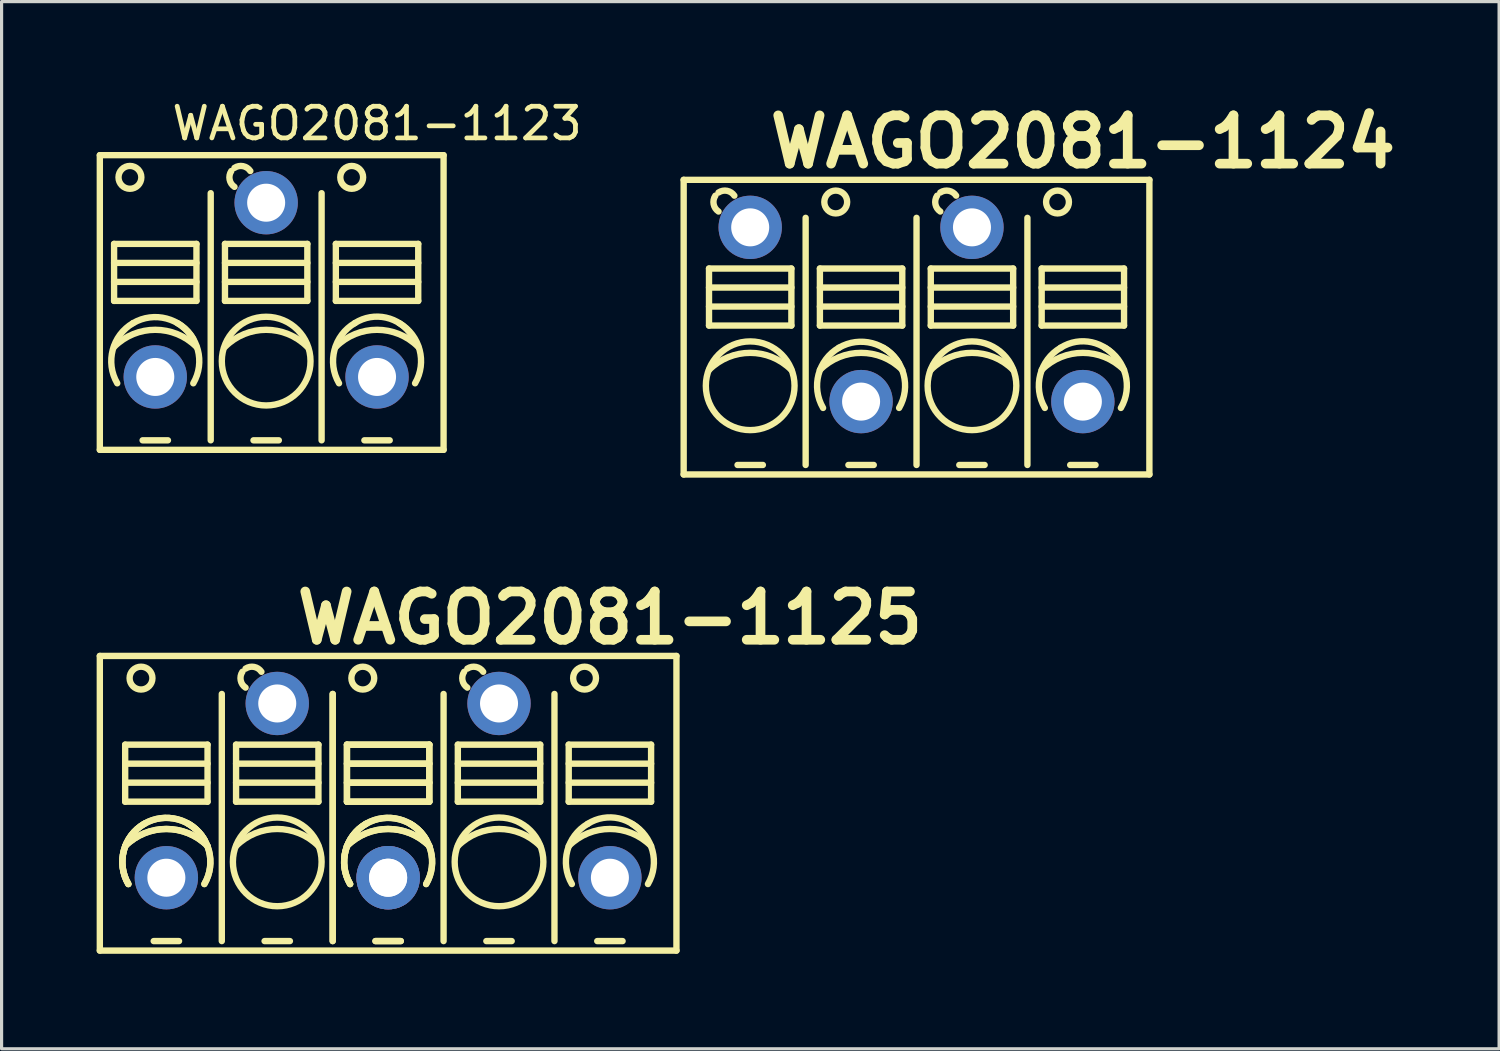
<source format=kicad_pcb>
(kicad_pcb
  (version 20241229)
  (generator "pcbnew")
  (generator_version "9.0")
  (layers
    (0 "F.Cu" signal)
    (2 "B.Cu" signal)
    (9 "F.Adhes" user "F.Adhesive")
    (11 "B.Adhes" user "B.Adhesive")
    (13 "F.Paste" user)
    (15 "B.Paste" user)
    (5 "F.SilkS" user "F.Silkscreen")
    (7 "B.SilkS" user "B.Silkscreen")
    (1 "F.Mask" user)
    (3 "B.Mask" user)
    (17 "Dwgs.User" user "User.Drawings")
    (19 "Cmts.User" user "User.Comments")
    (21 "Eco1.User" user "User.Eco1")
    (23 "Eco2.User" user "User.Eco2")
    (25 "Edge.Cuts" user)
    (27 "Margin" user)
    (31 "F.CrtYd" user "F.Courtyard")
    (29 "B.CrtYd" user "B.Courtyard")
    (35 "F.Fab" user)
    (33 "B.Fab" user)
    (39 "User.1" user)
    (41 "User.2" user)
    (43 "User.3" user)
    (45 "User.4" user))
  (footprint "WAGO2081-1124"
    (layer "F.Cu")
    (at 31.129 9.626)
    (property "Reference" "WAGO2081-1124" (at 0 -8.2 0) (layer "F.SilkS") (effects (font (size 1.524 1.524) (thickness 0.305))))
    (attr through_hole)
    (fp_line (start -12.6 -7) (end -12.6 2.3) (stroke (width 0.201) (type solid)) (layer "F.SilkS"))
    (fp_line (start -12.6 2.3) (end 2.1 2.3) (stroke (width 0.201) (type solid)) (layer "F.SilkS"))
    (fp_line (start -11.8 -4.2) (end -11.8 -2.4) (stroke (width 0.201) (type solid)) (layer "F.SilkS"))
    (fp_line (start -11.8 -3.6) (end -9.2 -3.6) (stroke (width 0.201) (type solid)) (layer "F.SilkS"))
    (fp_line (start -11.8 -3) (end -9.2 -3) (stroke (width 0.201) (type solid)) (layer "F.SilkS"))
    (fp_line (start -11.8 -2.4) (end -9.2 -2.4) (stroke (width 0.201) (type solid)) (layer "F.SilkS"))
    (fp_line (start -10.9 2) (end -10.1 2) (stroke (width 0.201) (type solid)) (layer "F.SilkS"))
    (fp_line (start -9.2 -4.2) (end -11.8 -4.2) (stroke (width 0.201) (type solid)) (layer "F.SilkS"))
    (fp_line (start -9.2 -2.4) (end -9.2 -4.2) (stroke (width 0.201) (type solid)) (layer "F.SilkS"))
    (fp_line (start -8.75 -5.8) (end -8.75 2) (stroke (width 0.201) (type solid)) (layer "F.SilkS"))
    (fp_line (start -8.3 -4.2) (end -8.3 -2.4) (stroke (width 0.201) (type solid)) (layer "F.SilkS"))
    (fp_line (start -8.3 -3.6) (end -5.7 -3.6) (stroke (width 0.201) (type solid)) (layer "F.SilkS"))
    (fp_line (start -8.3 -3) (end -5.7 -3) (stroke (width 0.201) (type solid)) (layer "F.SilkS"))
    (fp_line (start -8.3 -2.4) (end -5.7 -2.4) (stroke (width 0.201) (type solid)) (layer "F.SilkS"))
    (fp_line (start -7.4 2) (end -6.6 2) (stroke (width 0.201) (type solid)) (layer "F.SilkS"))
    (fp_line (start -5.7 -4.2) (end -8.3 -4.2) (stroke (width 0.201) (type solid)) (layer "F.SilkS"))
    (fp_line (start -5.7 -2.4) (end -5.7 -4.2) (stroke (width 0.201) (type solid)) (layer "F.SilkS"))
    (fp_line (start -5.25 -5.8) (end -5.25 2) (stroke (width 0.201) (type solid)) (layer "F.SilkS"))
    (fp_line (start -4.8 -4.2) (end -4.8 -2.4) (stroke (width 0.201) (type solid)) (layer "F.SilkS"))
    (fp_line (start -4.8 -3.6) (end -2.2 -3.6) (stroke (width 0.201) (type solid)) (layer "F.SilkS"))
    (fp_line (start -4.8 -3) (end -2.2 -3) (stroke (width 0.201) (type solid)) (layer "F.SilkS"))
    (fp_line (start -4.8 -2.4) (end -2.2 -2.4) (stroke (width 0.201) (type solid)) (layer "F.SilkS"))
    (fp_line (start -3.9 2) (end -3.1 2) (stroke (width 0.201) (type solid)) (layer "F.SilkS"))
    (fp_line (start -2.2 -4.2) (end -4.8 -4.2) (stroke (width 0.201) (type solid)) (layer "F.SilkS"))
    (fp_line (start -2.2 -2.4) (end -2.2 -4.2) (stroke (width 0.201) (type solid)) (layer "F.SilkS"))
    (fp_line (start -1.75 -5.8) (end -1.75 2) (stroke (width 0.201) (type solid)) (layer "F.SilkS"))
    (fp_line (start -1.3 -4.2) (end -1.3 -2.4) (stroke (width 0.201) (type solid)) (layer "F.SilkS"))
    (fp_line (start -1.3 -3.6) (end 1.3 -3.6) (stroke (width 0.201) (type solid)) (layer "F.SilkS"))
    (fp_line (start -1.3 -3) (end 1.3 -3) (stroke (width 0.201) (type solid)) (layer "F.SilkS"))
    (fp_line (start -1.3 -2.4) (end 1.3 -2.4) (stroke (width 0.201) (type solid)) (layer "F.SilkS"))
    (fp_line (start -0.4 2) (end 0.4 2) (stroke (width 0.201) (type solid)) (layer "F.SilkS"))
    (fp_line (start 1.3 -4.2) (end -1.3 -4.2) (stroke (width 0.201) (type solid)) (layer "F.SilkS"))
    (fp_line (start 1.3 -2.4) (end 1.3 -4.2) (stroke (width 0.201) (type solid)) (layer "F.SilkS"))
    (fp_line (start 2.1 -7) (end -12.6 -7) (stroke (width 0.201) (type solid)) (layer "F.SilkS"))
    (fp_line (start 2.1 -7) (end 2.1 2.3) (stroke (width 0.201) (type solid)) (layer "F.SilkS"))
    (fp_arc (start -11.8 -1) (mid -10.5 -1.538478) (end -9.2 -1) (stroke (width 0.2012) (type solid)) (layer "F.SilkS"))
    (fp_arc (start -11.5 -6.6) (mid -11.229289 -6.653553) (end -11 -6.5) (stroke (width 0.2012) (type solid)) (layer "F.SilkS"))
    (fp_arc (start -11.5 -6) (mid -11.653553 -6.229289) (end -11.6 -6.5) (stroke (width 0.2012) (type solid)) (layer "F.SilkS"))
    (fp_arc (start -8.3 -1) (mid -7 -1.538478) (end -5.7 -1) (stroke (width 0.2012) (type solid)) (layer "F.SilkS"))
    (fp_arc (start -8.2 0.2) (mid -8.343503 -0.853553) (end -7.7 -1.7) (stroke (width 0.2012) (type solid)) (layer "F.SilkS"))
    (fp_arc (start -7.7 -1.7) (mid -6.646447 -1.843503) (end -5.8 -1.2) (stroke (width 0.2012) (type solid)) (layer "F.SilkS"))
    (fp_arc (start -6.3 -1.7) (mid -5.656497 -0.853553) (end -5.8 0.2) (stroke (width 0.2012) (type solid)) (layer "F.SilkS"))
    (fp_arc (start -4.8 -1) (mid -3.5 -1.538478) (end -2.2 -1) (stroke (width 0.2012) (type solid)) (layer "F.SilkS"))
    (fp_arc (start -4.5 -6.6) (mid -4.229289 -6.653553) (end -4 -6.5) (stroke (width 0.2012) (type solid)) (layer "F.SilkS"))
    (fp_arc (start -4.5 -6) (mid -4.653553 -6.229289) (end -4.6 -6.5) (stroke (width 0.2012) (type solid)) (layer "F.SilkS"))
    (fp_arc (start -1.3 -1) (mid 0 -1.538478) (end 1.3 -1) (stroke (width 0.2012) (type solid)) (layer "F.SilkS"))
    (fp_arc (start -1.2 0.2) (mid -1.343503 -0.853553) (end -0.7 -1.7) (stroke (width 0.2012) (type solid)) (layer "F.SilkS"))
    (fp_arc (start -0.7 -1.7) (mid 0.282843 -1.872792) (end 1.1 -1.3) (stroke (width 0.2012) (type solid)) (layer "F.SilkS"))
    (fp_arc (start 0.7 -1.7) (mid 1.343503 -0.853553) (end 1.2 0.2) (stroke (width 0.2012) (type solid)) (layer "F.SilkS"))
    (fp_circle (center -10.5 -0.5) (end -10.5 -1.9) (stroke (width 0.201) (type solid)) (fill no) (layer "F.SilkS"))
    (fp_circle (center -7.8 -6.3) (end -7.6 -6.6) (stroke (width 0.201) (type solid)) (fill no) (layer "F.SilkS"))
    (fp_circle (center -3.5 -0.5) (end -3.5 -1.9) (stroke (width 0.201) (type solid)) (fill no) (layer "F.SilkS"))
    (fp_circle (center -0.8 -6.3) (end -1.1 -6.5) (stroke (width 0.201) (type solid)) (fill no) (layer "F.SilkS"))
    (pad "1" thru_hole circle (at 0 0) (size 2 2) (drill 1.2) (layers "*.Cu" "*.Mask"))
    (pad "2" thru_hole circle (at -3.5 -5.5) (size 2 2) (drill 1.2) (layers "*.Cu" "*.Mask"))
    (pad "3" thru_hole circle (at -7 0) (size 2 2) (drill 1.2) (layers "*.Cu" "*.Mask"))
    (pad "4" thru_hole circle (at -10.5 -5.5) (size 2 2) (drill 1.2) (layers "*.Cu" "*.Mask")))
  (footprint "WAGO2081-1125"
    (layer "F.Cu")
    (at 16.201 24.654)
    (property "Reference" "WAGO2081-1125" (at 0 -8.2 0) (layer "F.SilkS") (effects (font (size 1.524 1.524) (thickness 0.305))))
    (attr through_hole)
    (fp_line (start -16.1 -7) (end -16.1 2.3) (stroke (width 0.201) (type solid)) (layer "F.SilkS"))
    (fp_line (start -16.1 2.3) (end 2.1 2.3) (stroke (width 0.201) (type solid)) (layer "F.SilkS"))
    (fp_line (start -15.3 -4.2) (end -15.3 -2.4) (stroke (width 0.201) (type solid)) (layer "F.SilkS"))
    (fp_line (start -15.3 -3.6) (end -12.7 -3.6) (stroke (width 0.201) (type solid)) (layer "F.SilkS"))
    (fp_line (start -15.3 -3) (end -12.7 -3) (stroke (width 0.201) (type solid)) (layer "F.SilkS"))
    (fp_line (start -15.3 -2.4) (end -12.7 -2.4) (stroke (width 0.201) (type solid)) (layer "F.SilkS"))
    (fp_line (start -14.4 2) (end -13.6 2) (stroke (width 0.201) (type solid)) (layer "F.SilkS"))
    (fp_line (start -12.7 -4.2) (end -15.3 -4.2) (stroke (width 0.201) (type solid)) (layer "F.SilkS"))
    (fp_line (start -12.7 -2.4) (end -12.7 -4.2) (stroke (width 0.201) (type solid)) (layer "F.SilkS"))
    (fp_line (start -12.25 -5.8) (end -12.25 2) (stroke (width 0.201) (type solid)) (layer "F.SilkS"))
    (fp_line (start -11.8 -4.2) (end -11.8 -2.4) (stroke (width 0.201) (type solid)) (layer "F.SilkS"))
    (fp_line (start -11.8 -3.6) (end -9.2 -3.6) (stroke (width 0.201) (type solid)) (layer "F.SilkS"))
    (fp_line (start -11.8 -3) (end -9.2 -3) (stroke (width 0.201) (type solid)) (layer "F.SilkS"))
    (fp_line (start -11.8 -2.4) (end -9.2 -2.4) (stroke (width 0.201) (type solid)) (layer "F.SilkS"))
    (fp_line (start -10.9 2) (end -10.1 2) (stroke (width 0.201) (type solid)) (layer "F.SilkS"))
    (fp_line (start -9.2 -4.2) (end -11.8 -4.2) (stroke (width 0.201) (type solid)) (layer "F.SilkS"))
    (fp_line (start -9.2 -2.4) (end -9.2 -4.2) (stroke (width 0.201) (type solid)) (layer "F.SilkS"))
    (fp_line (start -8.75 -5.8) (end -8.75 2) (stroke (width 0.201) (type solid)) (layer "F.SilkS"))
    (fp_line (start -8.75 -5.8) (end -8.75 2) (stroke (width 0.201) (type solid)) (layer "F.SilkS"))
    (fp_line (start -8.3 -4.2) (end -8.3 -2.4) (stroke (width 0.201) (type solid)) (layer "F.SilkS"))
    (fp_line (start -8.3 -4.2) (end -8.3 -2.4) (stroke (width 0.201) (type solid)) (layer "F.SilkS"))
    (fp_line (start -8.3 -3.6) (end -5.7 -3.6) (stroke (width 0.201) (type solid)) (layer "F.SilkS"))
    (fp_line (start -8.3 -3.6) (end -5.7 -3.6) (stroke (width 0.201) (type solid)) (layer "F.SilkS"))
    (fp_line (start -8.3 -3) (end -5.7 -3) (stroke (width 0.201) (type solid)) (layer "F.SilkS"))
    (fp_line (start -8.3 -3) (end -5.7 -3) (stroke (width 0.201) (type solid)) (layer "F.SilkS"))
    (fp_line (start -8.3 -2.4) (end -5.7 -2.4) (stroke (width 0.201) (type solid)) (layer "F.SilkS"))
    (fp_line (start -8.3 -2.4) (end -5.7 -2.4) (stroke (width 0.201) (type solid)) (layer "F.SilkS"))
    (fp_line (start -7.4 2) (end -6.6 2) (stroke (width 0.201) (type solid)) (layer "F.SilkS"))
    (fp_line (start -7.4 2) (end -6.6 2) (stroke (width 0.201) (type solid)) (layer "F.SilkS"))
    (fp_line (start -5.7 -4.2) (end -8.3 -4.2) (stroke (width 0.201) (type solid)) (layer "F.SilkS"))
    (fp_line (start -5.7 -4.2) (end -8.3 -4.2) (stroke (width 0.201) (type solid)) (layer "F.SilkS"))
    (fp_line (start -5.7 -2.4) (end -5.7 -4.2) (stroke (width 0.201) (type solid)) (layer "F.SilkS"))
    (fp_line (start -5.7 -2.4) (end -5.7 -4.2) (stroke (width 0.201) (type solid)) (layer "F.SilkS"))
    (fp_line (start -5.25 -5.8) (end -5.25 2) (stroke (width 0.201) (type solid)) (layer "F.SilkS"))
    (fp_line (start -4.8 -4.2) (end -4.8 -2.4) (stroke (width 0.201) (type solid)) (layer "F.SilkS"))
    (fp_line (start -4.8 -3.6) (end -2.2 -3.6) (stroke (width 0.201) (type solid)) (layer "F.SilkS"))
    (fp_line (start -4.8 -3) (end -2.2 -3) (stroke (width 0.201) (type solid)) (layer "F.SilkS"))
    (fp_line (start -4.8 -2.4) (end -2.2 -2.4) (stroke (width 0.201) (type solid)) (layer "F.SilkS"))
    (fp_line (start -3.9 2) (end -3.1 2) (stroke (width 0.201) (type solid)) (layer "F.SilkS"))
    (fp_line (start -2.2 -4.2) (end -4.8 -4.2) (stroke (width 0.201) (type solid)) (layer "F.SilkS"))
    (fp_line (start -2.2 -2.4) (end -2.2 -4.2) (stroke (width 0.201) (type solid)) (layer "F.SilkS"))
    (fp_line (start -1.75 -5.8) (end -1.75 2) (stroke (width 0.201) (type solid)) (layer "F.SilkS"))
    (fp_line (start -1.3 -4.2) (end -1.3 -2.4) (stroke (width 0.201) (type solid)) (layer "F.SilkS"))
    (fp_line (start -1.3 -3.6) (end 1.3 -3.6) (stroke (width 0.201) (type solid)) (layer "F.SilkS"))
    (fp_line (start -1.3 -3) (end 1.3 -3) (stroke (width 0.201) (type solid)) (layer "F.SilkS"))
    (fp_line (start -1.3 -2.4) (end 1.3 -2.4) (stroke (width 0.201) (type solid)) (layer "F.SilkS"))
    (fp_line (start -0.4 2) (end 0.4 2) (stroke (width 0.201) (type solid)) (layer "F.SilkS"))
    (fp_line (start 1.3 -4.2) (end -1.3 -4.2) (stroke (width 0.201) (type solid)) (layer "F.SilkS"))
    (fp_line (start 1.3 -2.4) (end 1.3 -4.2) (stroke (width 0.201) (type solid)) (layer "F.SilkS"))
    (fp_line (start 2.1 -7) (end -16.1 -7) (stroke (width 0.201) (type solid)) (layer "F.SilkS"))
    (fp_line (start 2.1 -7) (end 2.1 2.3) (stroke (width 0.201) (type solid)) (layer "F.SilkS"))
    (fp_arc (start -15.3 -1) (mid -14 -1.538478) (end -12.7 -1) (stroke (width 0.2012) (type solid)) (layer "F.SilkS"))
    (fp_arc (start -15.3 -1) (mid -14 -1.538478) (end -12.7 -1) (stroke (width 0.2012) (type solid)) (layer "F.SilkS"))
    (fp_arc (start -15.2 0.2) (mid -15.343503 -0.853553) (end -14.7 -1.7) (stroke (width 0.2012) (type solid)) (layer "F.SilkS"))
    (fp_arc (start -15.2 0.2) (mid -15.343503 -0.853553) (end -14.7 -1.7) (stroke (width 0.2012) (type solid)) (layer "F.SilkS"))
    (fp_arc (start -15.2 0.2) (mid -15.343503 -0.853553) (end -14.7 -1.7) (stroke (width 0.2012) (type solid)) (layer "F.SilkS"))
    (fp_arc (start -14.7 -1.7) (mid -13.646447 -1.843503) (end -12.8 -1.2) (stroke (width 0.2012) (type solid)) (layer "F.SilkS"))
    (fp_arc (start -14.7 -1.7) (mid -13.646447 -1.843503) (end -12.8 -1.2) (stroke (width 0.2012) (type solid)) (layer "F.SilkS"))
    (fp_arc (start -13.3 -1.7) (mid -12.656497 -0.853553) (end -12.8 0.2) (stroke (width 0.2012) (type solid)) (layer "F.SilkS"))
    (fp_arc (start -13.3 -1.7) (mid -12.656497 -0.853553) (end -12.8 0.2) (stroke (width 0.2012) (type solid)) (layer "F.SilkS"))
    (fp_arc (start -11.8 -1) (mid -10.5 -1.538478) (end -9.2 -1) (stroke (width 0.2012) (type solid)) (layer "F.SilkS"))
    (fp_arc (start -11.5 -6.6) (mid -11.229289 -6.653553) (end -11 -6.5) (stroke (width 0.2012) (type solid)) (layer "F.SilkS"))
    (fp_arc (start -11.5 -6) (mid -11.653553 -6.229289) (end -11.6 -6.5) (stroke (width 0.2012) (type solid)) (layer "F.SilkS"))
    (fp_arc (start -8.3 -1) (mid -7 -1.538478) (end -5.7 -1) (stroke (width 0.2012) (type solid)) (layer "F.SilkS"))
    (fp_arc (start -8.3 -1) (mid -7 -1.538478) (end -5.7 -1) (stroke (width 0.2012) (type solid)) (layer "F.SilkS"))
    (fp_arc (start -8.2 0.2) (mid -8.343503 -0.853553) (end -7.7 -1.7) (stroke (width 0.2012) (type solid)) (layer "F.SilkS"))
    (fp_arc (start -8.2 0.2) (mid -8.343503 -0.853553) (end -7.7 -1.7) (stroke (width 0.2012) (type solid)) (layer "F.SilkS"))
    (fp_arc (start -8.2 0.2) (mid -8.343503 -0.853553) (end -7.7 -1.7) (stroke (width 0.2012) (type solid)) (layer "F.SilkS"))
    (fp_arc (start -7.7 -1.7) (mid -6.646447 -1.843503) (end -5.8 -1.2) (stroke (width 0.2012) (type solid)) (layer "F.SilkS"))
    (fp_arc (start -7.7 -1.7) (mid -6.646447 -1.843503) (end -5.8 -1.2) (stroke (width 0.2012) (type solid)) (layer "F.SilkS"))
    (fp_arc (start -6.3 -1.7) (mid -5.656497 -0.853553) (end -5.8 0.2) (stroke (width 0.2012) (type solid)) (layer "F.SilkS"))
    (fp_arc (start -6.3 -1.7) (mid -5.656497 -0.853553) (end -5.8 0.2) (stroke (width 0.2012) (type solid)) (layer "F.SilkS"))
    (fp_arc (start -4.8 -1) (mid -3.5 -1.538478) (end -2.2 -1) (stroke (width 0.2012) (type solid)) (layer "F.SilkS"))
    (fp_arc (start -4.5 -6.6) (mid -4.229289 -6.653553) (end -4 -6.5) (stroke (width 0.2012) (type solid)) (layer "F.SilkS"))
    (fp_arc (start -4.5 -6) (mid -4.653553 -6.229289) (end -4.6 -6.5) (stroke (width 0.2012) (type solid)) (layer "F.SilkS"))
    (fp_arc (start -1.3 -1) (mid 0 -1.538478) (end 1.3 -1) (stroke (width 0.2012) (type solid)) (layer "F.SilkS"))
    (fp_arc (start -1.2 0.2) (mid -1.343503 -0.853553) (end -0.7 -1.7) (stroke (width 0.2012) (type solid)) (layer "F.SilkS"))
    (fp_arc (start -0.7 -1.7) (mid 0.282843 -1.872792) (end 1.1 -1.3) (stroke (width 0.2012) (type solid)) (layer "F.SilkS"))
    (fp_arc (start 0.7 -1.7) (mid 1.343503 -0.853553) (end 1.2 0.2) (stroke (width 0.2012) (type solid)) (layer "F.SilkS"))
    (fp_circle (center -14.8 -6.3) (end -14.6 -6.6) (stroke (width 0.201) (type solid)) (fill no) (layer "F.SilkS"))
    (fp_circle (center -10.5 -0.5) (end -10.5 -1.9) (stroke (width 0.201) (type solid)) (fill no) (layer "F.SilkS"))
    (fp_circle (center -7.8 -6.3) (end -7.6 -6.6) (stroke (width 0.201) (type solid)) (fill no) (layer "F.SilkS"))
    (fp_circle (center -3.5 -0.5) (end -3.5 -1.9) (stroke (width 0.201) (type solid)) (fill no) (layer "F.SilkS"))
    (fp_circle (center -0.8 -6.3) (end -1.1 -6.5) (stroke (width 0.201) (type solid)) (fill no) (layer "F.SilkS"))
    (pad "1" thru_hole circle (at 0 0) (size 2 2) (drill 1.2) (layers "*.Cu" "*.Mask"))
    (pad "2" thru_hole circle (at -3.5 -5.5) (size 2 2) (drill 1.2) (layers "*.Cu" "*.Mask"))
    (pad "3" thru_hole circle (at -7 0) (size 2 2) (drill 1.2) (layers "*.Cu" "*.Mask"))
    (pad "3" thru_hole circle (at -7 0) (size 2 2) (drill 1.2) (layers "*.Cu" "*.Mask"))
    (pad "4" thru_hole circle (at -10.5 -5.5) (size 2 2) (drill 1.2) (layers "*.Cu" "*.Mask"))
    (pad "5" thru_hole circle (at -14 0) (size 2 2) (drill 1.2) (layers "*.Cu" "*.Mask")))
  (footprint "WAGO2081-1123"
    (layer "F.Cu")
    (at 8.851 8.848)
    (property "Reference" "WAGO2081-1123" (at 0 -8 0) (layer "F.SilkS") (effects (font (size 1 1) (thickness 0.15))))
    (attr through_hole)
    (fp_line (start -8.75 -7) (end -8.75 2.3) (stroke (width 0.201) (type solid)) (layer "F.SilkS"))
    (fp_line (start -8.75 -7) (end 2.1 -7) (stroke (width 0.201) (type solid)) (layer "F.SilkS"))
    (fp_line (start -8.3 -4.2) (end -8.3 -2.4) (stroke (width 0.201) (type solid)) (layer "F.SilkS"))
    (fp_line (start -8.3 -3.6) (end -5.7 -3.6) (stroke (width 0.201) (type solid)) (layer "F.SilkS"))
    (fp_line (start -8.3 -3) (end -5.7 -3) (stroke (width 0.201) (type solid)) (layer "F.SilkS"))
    (fp_line (start -8.3 -2.4) (end -5.7 -2.4) (stroke (width 0.201) (type solid)) (layer "F.SilkS"))
    (fp_line (start -7.4 2) (end -6.6 2) (stroke (width 0.201) (type solid)) (layer "F.SilkS"))
    (fp_line (start -5.7 -4.2) (end -8.3 -4.2) (stroke (width 0.201) (type solid)) (layer "F.SilkS"))
    (fp_line (start -5.7 -2.4) (end -5.7 -4.2) (stroke (width 0.201) (type solid)) (layer "F.SilkS"))
    (fp_line (start -5.25 -5.8) (end -5.25 2) (stroke (width 0.201) (type solid)) (layer "F.SilkS"))
    (fp_line (start -4.8 -4.2) (end -4.8 -2.4) (stroke (width 0.201) (type solid)) (layer "F.SilkS"))
    (fp_line (start -4.8 -3.6) (end -2.2 -3.6) (stroke (width 0.201) (type solid)) (layer "F.SilkS"))
    (fp_line (start -4.8 -3) (end -2.2 -3) (stroke (width 0.201) (type solid)) (layer "F.SilkS"))
    (fp_line (start -4.8 -2.4) (end -2.2 -2.4) (stroke (width 0.201) (type solid)) (layer "F.SilkS"))
    (fp_line (start -3.9 2) (end -3.1 2) (stroke (width 0.201) (type solid)) (layer "F.SilkS"))
    (fp_line (start -2.2 -4.2) (end -4.8 -4.2) (stroke (width 0.201) (type solid)) (layer "F.SilkS"))
    (fp_line (start -2.2 -2.4) (end -2.2 -4.2) (stroke (width 0.201) (type solid)) (layer "F.SilkS"))
    (fp_line (start -1.75 -5.8) (end -1.75 2) (stroke (width 0.201) (type solid)) (layer "F.SilkS"))
    (fp_line (start -1.3 -4.2) (end -1.3 -2.4) (stroke (width 0.201) (type solid)) (layer "F.SilkS"))
    (fp_line (start -1.3 -3.6) (end 1.3 -3.6) (stroke (width 0.201) (type solid)) (layer "F.SilkS"))
    (fp_line (start -1.3 -3) (end 1.3 -3) (stroke (width 0.201) (type solid)) (layer "F.SilkS"))
    (fp_line (start -1.3 -2.4) (end 1.3 -2.4) (stroke (width 0.201) (type solid)) (layer "F.SilkS"))
    (fp_line (start -0.4 2) (end 0.4 2) (stroke (width 0.201) (type solid)) (layer "F.SilkS"))
    (fp_line (start 1.3 -4.2) (end -1.3 -4.2) (stroke (width 0.201) (type solid)) (layer "F.SilkS"))
    (fp_line (start 1.3 -2.4) (end 1.3 -4.2) (stroke (width 0.201) (type solid)) (layer "F.SilkS"))
    (fp_line (start 2.1 -7) (end 2.1 2.3) (stroke (width 0.201) (type solid)) (layer "F.SilkS"))
    (fp_line (start 2.1 2.3) (end -8.75 2.3) (stroke (width 0.201) (type solid)) (layer "F.SilkS"))
    (fp_arc (start -8.3 -0.95) (mid -7 -1.488478) (end -5.7 -0.95) (stroke (width 0.2012) (type solid)) (layer "F.SilkS"))
    (fp_arc (start -8.2 0.2) (mid -8.343503 -0.853553) (end -7.7 -1.7) (stroke (width 0.2012) (type solid)) (layer "F.SilkS"))
    (fp_arc (start -7.7 -1.7) (mid -6.646447 -1.843503) (end -5.8 -1.2) (stroke (width 0.2012) (type solid)) (layer "F.SilkS"))
    (fp_arc (start -6.3 -1.7) (mid -5.656497 -0.853553) (end -5.8 0.2) (stroke (width 0.2012) (type solid)) (layer "F.SilkS"))
    (fp_arc (start -4.8 -0.95) (mid -3.5 -1.488478) (end -2.2 -0.95) (stroke (width 0.2012) (type solid)) (layer "F.SilkS"))
    (fp_arc (start -4.5 -6.6) (mid -4.229289 -6.653553) (end -4 -6.5) (stroke (width 0.2012) (type solid)) (layer "F.SilkS"))
    (fp_arc (start -4.5 -6) (mid -4.653553 -6.229289) (end -4.6 -6.5) (stroke (width 0.2012) (type solid)) (layer "F.SilkS"))
    (fp_arc (start -1.3 -0.95) (mid 0 -1.488478) (end 1.3 -0.95) (stroke (width 0.2012) (type solid)) (layer "F.SilkS"))
    (fp_arc (start -1.2 0.2) (mid -1.343503 -0.853553) (end -0.7 -1.7) (stroke (width 0.2012) (type solid)) (layer "F.SilkS"))
    (fp_arc (start -0.7 -1.7) (mid 0.282843 -1.872792) (end 1.1 -1.3) (stroke (width 0.2012) (type solid)) (layer "F.SilkS"))
    (fp_arc (start 0.7 -1.7) (mid 1.343503 -0.853553) (end 1.2 0.2) (stroke (width 0.2012) (type solid)) (layer "F.SilkS"))
    (fp_circle (center -7.8 -6.3) (end -7.6 -6.6) (stroke (width 0.201) (type solid)) (fill no) (layer "F.SilkS"))
    (fp_circle (center -3.5 -0.5) (end -3.5 -1.9) (stroke (width 0.201) (type solid)) (fill no) (layer "F.SilkS"))
    (fp_circle (center -0.8 -6.3) (end -1.1 -6.5) (stroke (width 0.201) (type solid)) (fill no) (layer "F.SilkS"))
    (pad "1" thru_hole circle (at 0 0) (size 2 2) (drill 1.2) (layers "*.Cu" "*.Mask"))
    (pad "2" thru_hole circle (at -3.5 -5.5) (size 2 2) (drill 1.2) (layers "*.Cu" "*.Mask"))
    (pad "3" thru_hole circle (at -7 0) (size 2 2) (drill 1.2) (layers "*.Cu" "*.Mask")))
  (gr_rect
    (start -3 -3)
    (end 44.267 30.054)
    (stroke (width 0.1) (type default))
    (fill no)
    (layer "Edge.Cuts")))
</source>
